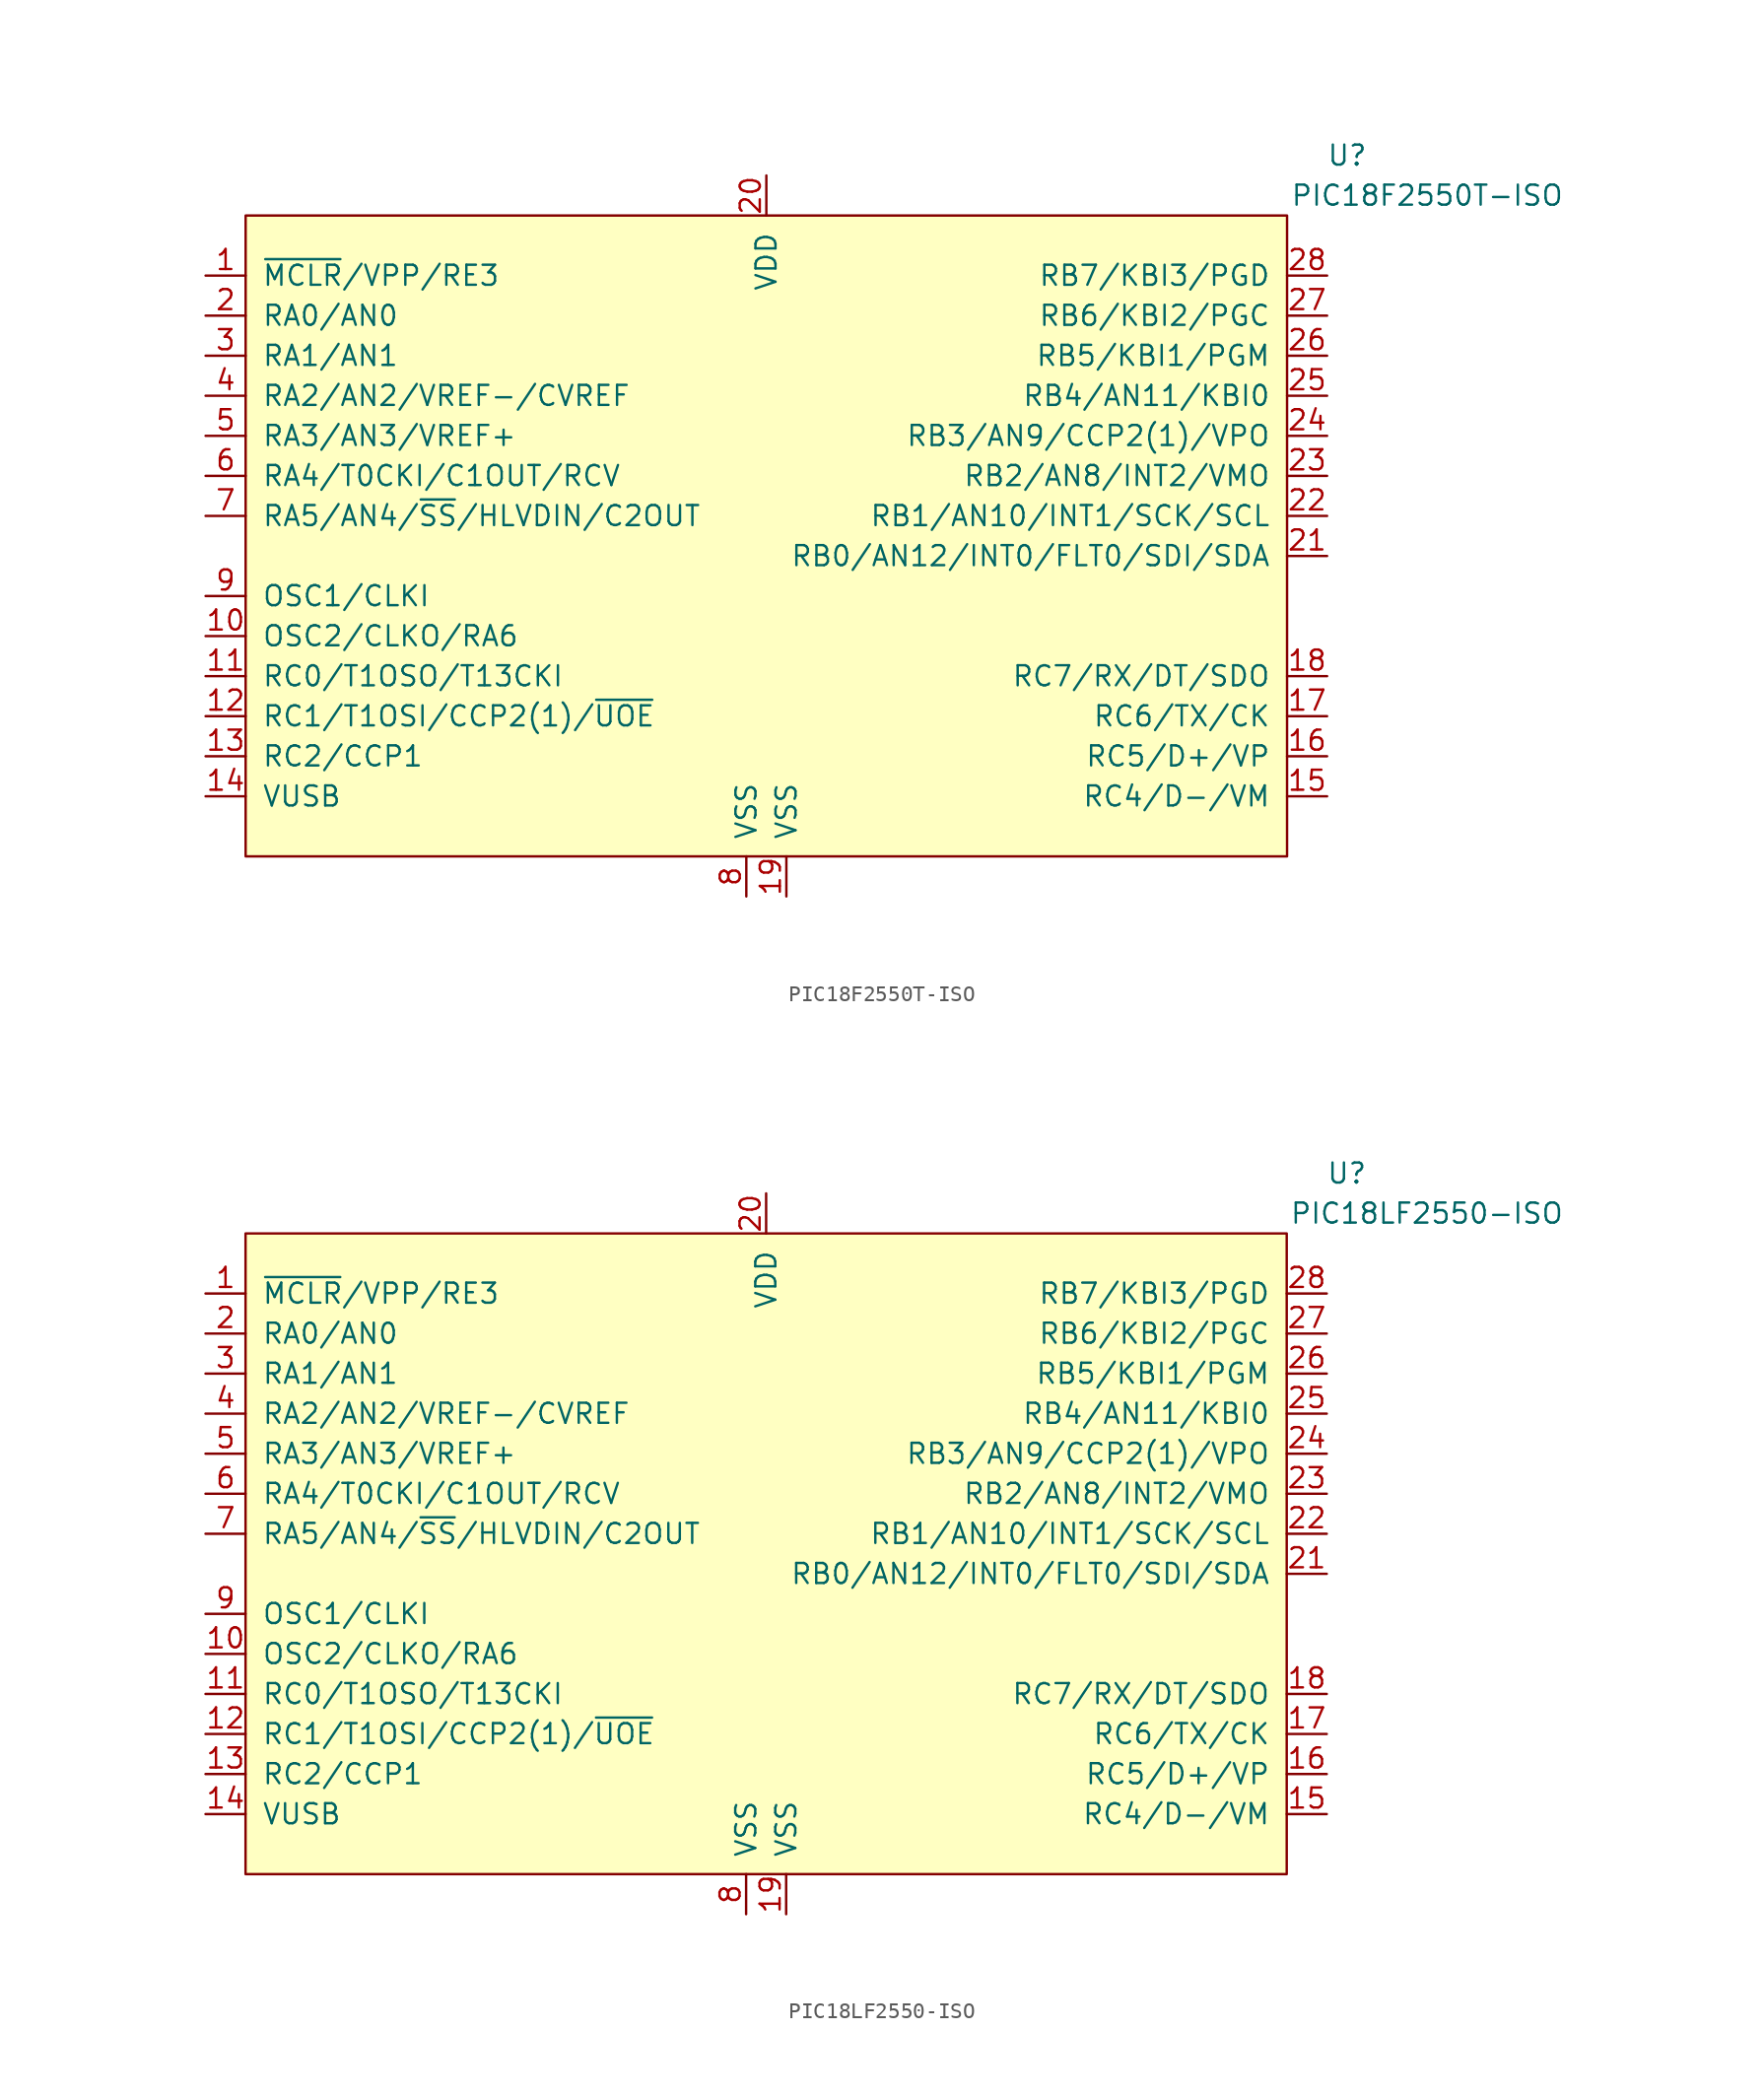
<source format=kicad_sym>
(kicad_symbol_lib
  (version 20220914)
  (generator kicad_symbol_editor)
  (symbol "PIC18F2550T-ISO"
    (pin_names
      (offset 1.016))
    (property "Reference" "U"
      (at 36.83 24.13 0)
      (effects (font (size 1.27 1.27))))
    (property "Value" "PIC18F2550T-ISO"
      (at 41.91 21.59 0)
      (effects (font (size 1.27 1.27))))
    (symbol "PIC18F2550T-ISO_0_1"
      (rectangle (start -33.02 20.32) (end 33.02 -20.32) (stroke (width 0) (type solid)) (fill (type background))))
    (symbol "PIC18F2550T-ISO_1_1"
      (pin input line (at -35.56 16.51 0) (length 2.54) (name "~{MCLR}/VPP/RE3" (effects (font (size 1.27 1.27)))) (number "1" (effects (font (size 1.27 1.27)))))
      (pin output line (at -35.56 -6.35 0) (length 2.54) (name "OSC2/CLKO/RA6" (effects (font (size 1.27 1.27)))) (number "10" (effects (font (size 1.27 1.27)))))
      (pin bidirectional line (at -35.56 -8.89 0) (length 2.54) (name "RC0/T1OSO/T13CKI" (effects (font (size 1.27 1.27)))) (number "11" (effects (font (size 1.27 1.27)))))
      (pin bidirectional line (at -35.56 -11.43 0) (length 2.54) (name "RC1/T1OSI/CCP2(1)/~{UOE}" (effects (font (size 1.27 1.27)))) (number "12" (effects (font (size 1.27 1.27)))))
      (pin bidirectional line (at -35.56 -13.97 0) (length 2.54) (name "RC2/CCP1" (effects (font (size 1.27 1.27)))) (number "13" (effects (font (size 1.27 1.27)))))
      (pin bidirectional line (at -35.56 -16.51 0) (length 2.54) (name "VUSB" (effects (font (size 1.27 1.27)))) (number "14" (effects (font (size 1.27 1.27)))))
      (pin bidirectional line (at 35.56 -16.51 180) (length 2.54) (name "RC4/D-/VM" (effects (font (size 1.27 1.27)))) (number "15" (effects (font (size 1.27 1.27)))))
      (pin bidirectional line (at 35.56 -13.97 180) (length 2.54) (name "RC5/D+/VP" (effects (font (size 1.27 1.27)))) (number "16" (effects (font (size 1.27 1.27)))))
      (pin bidirectional line (at 35.56 -11.43 180) (length 2.54) (name "RC6/TX/CK" (effects (font (size 1.27 1.27)))) (number "17" (effects (font (size 1.27 1.27)))))
      (pin bidirectional line (at 35.56 -8.89 180) (length 2.54) (name "RC7/RX/DT/SDO" (effects (font (size 1.27 1.27)))) (number "18" (effects (font (size 1.27 1.27)))))
      (pin power_in line (at 1.27 -22.86 90) (length 2.54) (name "VSS" (effects (font (size 1.27 1.27)))) (number "19" (effects (font (size 1.27 1.27)))))
      (pin bidirectional line (at -35.56 13.97 0) (length 2.54) (name "RA0/AN0" (effects (font (size 1.27 1.27)))) (number "2" (effects (font (size 1.27 1.27)))))
      (pin power_in line (at 0 22.86 270) (length 2.54) (name "VDD" (effects (font (size 1.27 1.27)))) (number "20" (effects (font (size 1.27 1.27)))))
      (pin bidirectional line (at 35.56 -1.27 180) (length 2.54) (name "RB0/AN12/INT0/FLT0/SDI/SDA" (effects (font (size 1.27 1.27)))) (number "21" (effects (font (size 1.27 1.27)))))
      (pin bidirectional line (at 35.56 1.27 180) (length 2.54) (name "RB1/AN10/INT1/SCK/SCL" (effects (font (size 1.27 1.27)))) (number "22" (effects (font (size 1.27 1.27)))))
      (pin bidirectional line (at 35.56 3.81 180) (length 2.54) (name "RB2/AN8/INT2/VMO" (effects (font (size 1.27 1.27)))) (number "23" (effects (font (size 1.27 1.27)))))
      (pin bidirectional line (at 35.56 6.35 180) (length 2.54) (name "RB3/AN9/CCP2(1)/VPO" (effects (font (size 1.27 1.27)))) (number "24" (effects (font (size 1.27 1.27)))))
      (pin bidirectional line (at 35.56 8.89 180) (length 2.54) (name "RB4/AN11/KBI0" (effects (font (size 1.27 1.27)))) (number "25" (effects (font (size 1.27 1.27)))))
      (pin bidirectional line (at 35.56 11.43 180) (length 2.54) (name "RB5/KBI1/PGM" (effects (font (size 1.27 1.27)))) (number "26" (effects (font (size 1.27 1.27)))))
      (pin bidirectional line (at 35.56 13.97 180) (length 2.54) (name "RB6/KBI2/PGC" (effects (font (size 1.27 1.27)))) (number "27" (effects (font (size 1.27 1.27)))))
      (pin bidirectional line (at 35.56 16.51 180) (length 2.54) (name "RB7/KBI3/PGD" (effects (font (size 1.27 1.27)))) (number "28" (effects (font (size 1.27 1.27)))))
      (pin bidirectional line (at -35.56 11.43 0) (length 2.54) (name "RA1/AN1" (effects (font (size 1.27 1.27)))) (number "3" (effects (font (size 1.27 1.27)))))
      (pin bidirectional line (at -35.56 8.89 0) (length 2.54) (name "RA2/AN2/VREF-/CVREF" (effects (font (size 1.27 1.27)))) (number "4" (effects (font (size 1.27 1.27)))))
      (pin bidirectional line (at -35.56 6.35 0) (length 2.54) (name "RA3/AN3/VREF+" (effects (font (size 1.27 1.27)))) (number "5" (effects (font (size 1.27 1.27)))))
      (pin bidirectional line (at -35.56 3.81 0) (length 2.54) (name "RA4/T0CKI/C1OUT/RCV" (effects (font (size 1.27 1.27)))) (number "6" (effects (font (size 1.27 1.27)))))
      (pin bidirectional line (at -35.56 1.27 0) (length 2.54) (name "RA5/AN4/~{SS}/HLVDIN/C2OUT" (effects (font (size 1.27 1.27)))) (number "7" (effects (font (size 1.27 1.27)))))
      (pin power_in line (at -1.27 -22.86 90) (length 2.54) (name "VSS" (effects (font (size 1.27 1.27)))) (number "8" (effects (font (size 1.27 1.27)))))
      (pin input line (at -35.56 -3.81 0) (length 2.54) (name "OSC1/CLKI" (effects (font (size 1.27 1.27)))) (number "9" (effects (font (size 1.27 1.27)))))))
  (symbol "PIC18LF2550-ISO"
    (pin_names
      (offset 1.016))
    (property "Reference" "U"
      (at 36.83 24.13 0)
      (effects (font (size 1.27 1.27))))
    (property "Value" "PIC18LF2550-ISO"
      (at 41.91 21.59 0)
      (effects (font (size 1.27 1.27))))
    (symbol "PIC18LF2550-ISO_0_1"
      (rectangle (start -33.02 20.32) (end 33.02 -20.32) (stroke (width 0) (type solid)) (fill (type background))))
    (symbol "PIC18LF2550-ISO_1_1"
      (pin input line (at -35.56 16.51 0) (length 2.54) (name "~{MCLR}/VPP/RE3" (effects (font (size 1.27 1.27)))) (number "1" (effects (font (size 1.27 1.27)))))
      (pin output line (at -35.56 -6.35 0) (length 2.54) (name "OSC2/CLKO/RA6" (effects (font (size 1.27 1.27)))) (number "10" (effects (font (size 1.27 1.27)))))
      (pin bidirectional line (at -35.56 -8.89 0) (length 2.54) (name "RC0/T1OSO/T13CKI" (effects (font (size 1.27 1.27)))) (number "11" (effects (font (size 1.27 1.27)))))
      (pin bidirectional line (at -35.56 -11.43 0) (length 2.54) (name "RC1/T1OSI/CCP2(1)/~{UOE}" (effects (font (size 1.27 1.27)))) (number "12" (effects (font (size 1.27 1.27)))))
      (pin bidirectional line (at -35.56 -13.97 0) (length 2.54) (name "RC2/CCP1" (effects (font (size 1.27 1.27)))) (number "13" (effects (font (size 1.27 1.27)))))
      (pin bidirectional line (at -35.56 -16.51 0) (length 2.54) (name "VUSB" (effects (font (size 1.27 1.27)))) (number "14" (effects (font (size 1.27 1.27)))))
      (pin bidirectional line (at 35.56 -16.51 180) (length 2.54) (name "RC4/D-/VM" (effects (font (size 1.27 1.27)))) (number "15" (effects (font (size 1.27 1.27)))))
      (pin bidirectional line (at 35.56 -13.97 180) (length 2.54) (name "RC5/D+/VP" (effects (font (size 1.27 1.27)))) (number "16" (effects (font (size 1.27 1.27)))))
      (pin bidirectional line (at 35.56 -11.43 180) (length 2.54) (name "RC6/TX/CK" (effects (font (size 1.27 1.27)))) (number "17" (effects (font (size 1.27 1.27)))))
      (pin bidirectional line (at 35.56 -8.89 180) (length 2.54) (name "RC7/RX/DT/SDO" (effects (font (size 1.27 1.27)))) (number "18" (effects (font (size 1.27 1.27)))))
      (pin power_in line (at 1.27 -22.86 90) (length 2.54) (name "VSS" (effects (font (size 1.27 1.27)))) (number "19" (effects (font (size 1.27 1.27)))))
      (pin bidirectional line (at -35.56 13.97 0) (length 2.54) (name "RA0/AN0" (effects (font (size 1.27 1.27)))) (number "2" (effects (font (size 1.27 1.27)))))
      (pin power_in line (at 0 22.86 270) (length 2.54) (name "VDD" (effects (font (size 1.27 1.27)))) (number "20" (effects (font (size 1.27 1.27)))))
      (pin bidirectional line (at 35.56 -1.27 180) (length 2.54) (name "RB0/AN12/INT0/FLT0/SDI/SDA" (effects (font (size 1.27 1.27)))) (number "21" (effects (font (size 1.27 1.27)))))
      (pin bidirectional line (at 35.56 1.27 180) (length 2.54) (name "RB1/AN10/INT1/SCK/SCL" (effects (font (size 1.27 1.27)))) (number "22" (effects (font (size 1.27 1.27)))))
      (pin bidirectional line (at 35.56 3.81 180) (length 2.54) (name "RB2/AN8/INT2/VMO" (effects (font (size 1.27 1.27)))) (number "23" (effects (font (size 1.27 1.27)))))
      (pin bidirectional line (at 35.56 6.35 180) (length 2.54) (name "RB3/AN9/CCP2(1)/VPO" (effects (font (size 1.27 1.27)))) (number "24" (effects (font (size 1.27 1.27)))))
      (pin bidirectional line (at 35.56 8.89 180) (length 2.54) (name "RB4/AN11/KBI0" (effects (font (size 1.27 1.27)))) (number "25" (effects (font (size 1.27 1.27)))))
      (pin bidirectional line (at 35.56 11.43 180) (length 2.54) (name "RB5/KBI1/PGM" (effects (font (size 1.27 1.27)))) (number "26" (effects (font (size 1.27 1.27)))))
      (pin bidirectional line (at 35.56 13.97 180) (length 2.54) (name "RB6/KBI2/PGC" (effects (font (size 1.27 1.27)))) (number "27" (effects (font (size 1.27 1.27)))))
      (pin bidirectional line (at 35.56 16.51 180) (length 2.54) (name "RB7/KBI3/PGD" (effects (font (size 1.27 1.27)))) (number "28" (effects (font (size 1.27 1.27)))))
      (pin bidirectional line (at -35.56 11.43 0) (length 2.54) (name "RA1/AN1" (effects (font (size 1.27 1.27)))) (number "3" (effects (font (size 1.27 1.27)))))
      (pin bidirectional line (at -35.56 8.89 0) (length 2.54) (name "RA2/AN2/VREF-/CVREF" (effects (font (size 1.27 1.27)))) (number "4" (effects (font (size 1.27 1.27)))))
      (pin bidirectional line (at -35.56 6.35 0) (length 2.54) (name "RA3/AN3/VREF+" (effects (font (size 1.27 1.27)))) (number "5" (effects (font (size 1.27 1.27)))))
      (pin bidirectional line (at -35.56 3.81 0) (length 2.54) (name "RA4/T0CKI/C1OUT/RCV" (effects (font (size 1.27 1.27)))) (number "6" (effects (font (size 1.27 1.27)))))
      (pin bidirectional line (at -35.56 1.27 0) (length 2.54) (name "RA5/AN4/~{SS}/HLVDIN/C2OUT" (effects (font (size 1.27 1.27)))) (number "7" (effects (font (size 1.27 1.27)))))
      (pin power_in line (at -1.27 -22.86 90) (length 2.54) (name "VSS" (effects (font (size 1.27 1.27)))) (number "8" (effects (font (size 1.27 1.27)))))
      (pin input line (at -35.56 -3.81 0) (length 2.54) (name "OSC1/CLKI" (effects (font (size 1.27 1.27)))) (number "9" (effects (font (size 1.27 1.27))))))))
</source>
